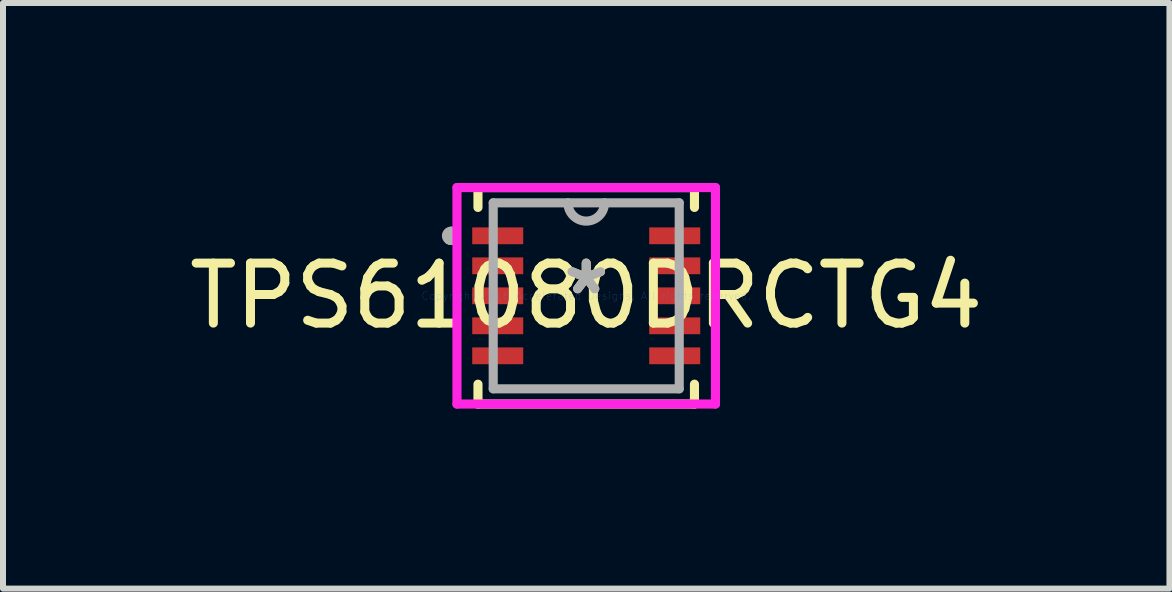
<source format=kicad_pcb>
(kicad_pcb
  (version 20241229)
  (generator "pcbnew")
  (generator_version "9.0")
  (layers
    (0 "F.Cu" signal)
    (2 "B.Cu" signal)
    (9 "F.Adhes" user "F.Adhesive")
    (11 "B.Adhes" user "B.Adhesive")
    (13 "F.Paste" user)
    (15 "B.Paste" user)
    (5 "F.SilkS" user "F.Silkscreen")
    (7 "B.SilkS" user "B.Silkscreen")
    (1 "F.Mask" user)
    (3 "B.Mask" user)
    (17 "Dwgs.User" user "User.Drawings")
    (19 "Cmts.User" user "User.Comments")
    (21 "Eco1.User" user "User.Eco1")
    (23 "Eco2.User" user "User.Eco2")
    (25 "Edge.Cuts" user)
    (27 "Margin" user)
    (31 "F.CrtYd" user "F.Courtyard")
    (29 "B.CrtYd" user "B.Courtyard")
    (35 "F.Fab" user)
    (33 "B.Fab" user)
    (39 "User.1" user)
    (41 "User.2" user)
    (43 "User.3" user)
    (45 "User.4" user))
  (footprint "TPS61080DRCTG4"
    (layer "F.Cu")
    (at 6.72 1.88)
    (property "Reference" "TPS61080DRCTG4" (at 0 0 0) (layer "F.SilkS") (effects (font (size 1 1) (thickness 0.15))))
    (attr through_hole)
    (fp_line (start -1.935 -1.175) (end -1.935 -0.825) (stroke (width 0.152) (type solid)) (layer "F.Mask"))
    (fp_line (start -1.935 -0.825) (end -1.015 -0.825) (stroke (width 0.152) (type solid)) (layer "F.Mask"))
    (fp_line (start -1.935 -0.675) (end -1.935 -0.325) (stroke (width 0.152) (type solid)) (layer "F.Mask"))
    (fp_line (start -1.935 -0.325) (end -1.015 -0.325) (stroke (width 0.152) (type solid)) (layer "F.Mask"))
    (fp_line (start -1.935 -0.175) (end -1.935 0.175) (stroke (width 0.152) (type solid)) (layer "F.Mask"))
    (fp_line (start -1.935 0.175) (end -1.015 0.175) (stroke (width 0.152) (type solid)) (layer "F.Mask"))
    (fp_line (start -1.935 0.325) (end -1.935 0.675) (stroke (width 0.152) (type solid)) (layer "F.Mask"))
    (fp_line (start -1.935 0.675) (end -1.015 0.675) (stroke (width 0.152) (type solid)) (layer "F.Mask"))
    (fp_line (start -1.935 0.825) (end -1.935 1.175) (stroke (width 0.152) (type solid)) (layer "F.Mask"))
    (fp_line (start -1.935 1.175) (end -1.015 1.175) (stroke (width 0.152) (type solid)) (layer "F.Mask"))
    (fp_line (start -1.015 -1.175) (end -1.935 -1.175) (stroke (width 0.152) (type solid)) (layer "F.Mask"))
    (fp_line (start -1.015 -0.825) (end -1.015 -1.175) (stroke (width 0.152) (type solid)) (layer "F.Mask"))
    (fp_line (start -1.015 -0.675) (end -1.935 -0.675) (stroke (width 0.152) (type solid)) (layer "F.Mask"))
    (fp_line (start -1.015 -0.325) (end -1.015 -0.675) (stroke (width 0.152) (type solid)) (layer "F.Mask"))
    (fp_line (start -1.015 -0.175) (end -1.935 -0.175) (stroke (width 0.152) (type solid)) (layer "F.Mask"))
    (fp_line (start -1.015 0.175) (end -1.015 -0.175) (stroke (width 0.152) (type solid)) (layer "F.Mask"))
    (fp_line (start -1.015 0.325) (end -1.935 0.325) (stroke (width 0.152) (type solid)) (layer "F.Mask"))
    (fp_line (start -1.015 0.675) (end -1.015 0.325) (stroke (width 0.152) (type solid)) (layer "F.Mask"))
    (fp_line (start -1.015 0.825) (end -1.935 0.825) (stroke (width 0.152) (type solid)) (layer "F.Mask"))
    (fp_line (start -1.015 1.175) (end -1.015 0.825) (stroke (width 0.152) (type solid)) (layer "F.Mask"))
    (fp_line (start 1.015 -1.175) (end 1.015 -0.825) (stroke (width 0.152) (type solid)) (layer "F.Mask"))
    (fp_line (start 1.015 -0.825) (end 1.935 -0.825) (stroke (width 0.152) (type solid)) (layer "F.Mask"))
    (fp_line (start 1.015 -0.675) (end 1.015 -0.325) (stroke (width 0.152) (type solid)) (layer "F.Mask"))
    (fp_line (start 1.015 -0.325) (end 1.935 -0.325) (stroke (width 0.152) (type solid)) (layer "F.Mask"))
    (fp_line (start 1.015 -0.175) (end 1.015 0.175) (stroke (width 0.152) (type solid)) (layer "F.Mask"))
    (fp_line (start 1.015 0.175) (end 1.935 0.175) (stroke (width 0.152) (type solid)) (layer "F.Mask"))
    (fp_line (start 1.015 0.325) (end 1.015 0.675) (stroke (width 0.152) (type solid)) (layer "F.Mask"))
    (fp_line (start 1.015 0.675) (end 1.935 0.675) (stroke (width 0.152) (type solid)) (layer "F.Mask"))
    (fp_line (start 1.015 0.825) (end 1.015 1.175) (stroke (width 0.152) (type solid)) (layer "F.Mask"))
    (fp_line (start 1.015 1.175) (end 1.935 1.175) (stroke (width 0.152) (type solid)) (layer "F.Mask"))
    (fp_line (start 1.935 -1.175) (end 1.015 -1.175) (stroke (width 0.152) (type solid)) (layer "F.Mask"))
    (fp_line (start 1.935 -0.825) (end 1.935 -1.175) (stroke (width 0.152) (type solid)) (layer "F.Mask"))
    (fp_line (start 1.935 -0.675) (end 1.015 -0.675) (stroke (width 0.152) (type solid)) (layer "F.Mask"))
    (fp_line (start 1.935 -0.325) (end 1.935 -0.675) (stroke (width 0.152) (type solid)) (layer "F.Mask"))
    (fp_line (start 1.935 -0.175) (end 1.015 -0.175) (stroke (width 0.152) (type solid)) (layer "F.Mask"))
    (fp_line (start 1.935 0.175) (end 1.935 -0.175) (stroke (width 0.152) (type solid)) (layer "F.Mask"))
    (fp_line (start 1.935 0.325) (end 1.015 0.325) (stroke (width 0.152) (type solid)) (layer "F.Mask"))
    (fp_line (start 1.935 0.675) (end 1.935 0.325) (stroke (width 0.152) (type solid)) (layer "F.Mask"))
    (fp_line (start 1.935 0.825) (end 1.015 0.825) (stroke (width 0.152) (type solid)) (layer "F.Mask"))
    (fp_line (start 1.935 1.175) (end 1.935 0.825) (stroke (width 0.152) (type solid)) (layer "F.Mask"))
    (fp_line (start -1.804 -1.804) (end -1.804 -1.473) (stroke (width 0.152) (type solid)) (layer "F.SilkS"))
    (fp_line (start -1.804 1.473) (end -1.804 1.804) (stroke (width 0.152) (type solid)) (layer "F.SilkS"))
    (fp_line (start -1.804 1.804) (end 1.804 1.804) (stroke (width 0.152) (type solid)) (layer "F.SilkS"))
    (fp_line (start 1.804 -1.804) (end -1.804 -1.804) (stroke (width 0.152) (type solid)) (layer "F.SilkS"))
    (fp_line (start 1.804 -1.473) (end 1.804 -1.804) (stroke (width 0.152) (type solid)) (layer "F.SilkS"))
    (fp_line (start 1.804 1.804) (end 1.804 1.473) (stroke (width 0.152) (type solid)) (layer "F.SilkS"))
    (fp_arc (start -2.2516 -1.0762) (mid -2.177771 -0.981141) (end -2.288144 -0.933135) (stroke (width 0.1524) (type solid)) (layer "F.SilkS"))
    (fp_line (start -1.865 -1.105) (end -1.865 -0.895) (stroke (width 0.152) (type solid)) (layer "F.Paste"))
    (fp_line (start -1.865 -0.895) (end -1.085 -0.895) (stroke (width 0.152) (type solid)) (layer "F.Paste"))
    (fp_line (start -1.865 -0.605) (end -1.865 -0.395) (stroke (width 0.152) (type solid)) (layer "F.Paste"))
    (fp_line (start -1.865 -0.395) (end -1.085 -0.395) (stroke (width 0.152) (type solid)) (layer "F.Paste"))
    (fp_line (start -1.865 -0.105) (end -1.865 0.105) (stroke (width 0.152) (type solid)) (layer "F.Paste"))
    (fp_line (start -1.865 0.105) (end -1.085 0.105) (stroke (width 0.152) (type solid)) (layer "F.Paste"))
    (fp_line (start -1.865 0.395) (end -1.865 0.605) (stroke (width 0.152) (type solid)) (layer "F.Paste"))
    (fp_line (start -1.865 0.605) (end -1.085 0.605) (stroke (width 0.152) (type solid)) (layer "F.Paste"))
    (fp_line (start -1.865 0.895) (end -1.865 1.105) (stroke (width 0.152) (type solid)) (layer "F.Paste"))
    (fp_line (start -1.865 1.105) (end -1.085 1.105) (stroke (width 0.152) (type solid)) (layer "F.Paste"))
    (fp_line (start -1.085 -1.105) (end -1.865 -1.105) (stroke (width 0.152) (type solid)) (layer "F.Paste"))
    (fp_line (start -1.085 -0.895) (end -1.085 -1.105) (stroke (width 0.152) (type solid)) (layer "F.Paste"))
    (fp_line (start -1.085 -0.605) (end -1.865 -0.605) (stroke (width 0.152) (type solid)) (layer "F.Paste"))
    (fp_line (start -1.085 -0.395) (end -1.085 -0.605) (stroke (width 0.152) (type solid)) (layer "F.Paste"))
    (fp_line (start -1.085 -0.105) (end -1.865 -0.105) (stroke (width 0.152) (type solid)) (layer "F.Paste"))
    (fp_line (start -1.085 0.105) (end -1.085 -0.105) (stroke (width 0.152) (type solid)) (layer "F.Paste"))
    (fp_line (start -1.085 0.395) (end -1.865 0.395) (stroke (width 0.152) (type solid)) (layer "F.Paste"))
    (fp_line (start -1.085 0.605) (end -1.085 0.395) (stroke (width 0.152) (type solid)) (layer "F.Paste"))
    (fp_line (start -1.085 0.895) (end -1.865 0.895) (stroke (width 0.152) (type solid)) (layer "F.Paste"))
    (fp_line (start -1.085 1.105) (end -1.085 0.895) (stroke (width 0.152) (type solid)) (layer "F.Paste"))
    (fp_line (start 1.085 -1.105) (end 1.085 -0.895) (stroke (width 0.152) (type solid)) (layer "F.Paste"))
    (fp_line (start 1.085 -0.895) (end 1.865 -0.895) (stroke (width 0.152) (type solid)) (layer "F.Paste"))
    (fp_line (start 1.085 -0.605) (end 1.085 -0.395) (stroke (width 0.152) (type solid)) (layer "F.Paste"))
    (fp_line (start 1.085 -0.395) (end 1.865 -0.395) (stroke (width 0.152) (type solid)) (layer "F.Paste"))
    (fp_line (start 1.085 -0.105) (end 1.085 0.105) (stroke (width 0.152) (type solid)) (layer "F.Paste"))
    (fp_line (start 1.085 0.105) (end 1.865 0.105) (stroke (width 0.152) (type solid)) (layer "F.Paste"))
    (fp_line (start 1.085 0.395) (end 1.085 0.605) (stroke (width 0.152) (type solid)) (layer "F.Paste"))
    (fp_line (start 1.085 0.605) (end 1.865 0.605) (stroke (width 0.152) (type solid)) (layer "F.Paste"))
    (fp_line (start 1.085 0.895) (end 1.085 1.105) (stroke (width 0.152) (type solid)) (layer "F.Paste"))
    (fp_line (start 1.085 1.105) (end 1.865 1.105) (stroke (width 0.152) (type solid)) (layer "F.Paste"))
    (fp_line (start 1.865 -1.105) (end 1.085 -1.105) (stroke (width 0.152) (type solid)) (layer "F.Paste"))
    (fp_line (start 1.865 -0.895) (end 1.865 -1.105) (stroke (width 0.152) (type solid)) (layer "F.Paste"))
    (fp_line (start 1.865 -0.605) (end 1.085 -0.605) (stroke (width 0.152) (type solid)) (layer "F.Paste"))
    (fp_line (start 1.865 -0.395) (end 1.865 -0.605) (stroke (width 0.152) (type solid)) (layer "F.Paste"))
    (fp_line (start 1.865 -0.105) (end 1.085 -0.105) (stroke (width 0.152) (type solid)) (layer "F.Paste"))
    (fp_line (start 1.865 0.105) (end 1.865 -0.105) (stroke (width 0.152) (type solid)) (layer "F.Paste"))
    (fp_line (start 1.865 0.395) (end 1.085 0.395) (stroke (width 0.152) (type solid)) (layer "F.Paste"))
    (fp_line (start 1.865 0.605) (end 1.865 0.395) (stroke (width 0.152) (type solid)) (layer "F.Paste"))
    (fp_line (start 1.865 0.895) (end 1.085 0.895) (stroke (width 0.152) (type solid)) (layer "F.Paste"))
    (fp_line (start 1.865 1.105) (end 1.865 0.895) (stroke (width 0.152) (type solid)) (layer "F.Paste"))
    (fp_line (start -2.154 -1.804) (end 2.154 -1.804) (stroke (width 0.152) (type solid)) (layer "F.CrtYd"))
    (fp_line (start -2.154 1.804) (end -2.154 -1.804) (stroke (width 0.152) (type solid)) (layer "F.CrtYd"))
    (fp_line (start 2.154 -1.804) (end 2.154 1.804) (stroke (width 0.152) (type solid)) (layer "F.CrtYd"))
    (fp_line (start 2.154 1.804) (end -2.154 1.804) (stroke (width 0.152) (type solid)) (layer "F.CrtYd"))
    (fp_line (start -1.55 -1.55) (end -1.55 1.55) (stroke (width 0.152) (type solid)) (layer "F.Fab"))
    (fp_line (start -1.55 1.55) (end 1.55 1.55) (stroke (width 0.152) (type solid)) (layer "F.Fab"))
    (fp_line (start 1.55 -1.55) (end -1.55 -1.55) (stroke (width 0.152) (type solid)) (layer "F.Fab"))
    (fp_line (start 1.55 1.55) (end 1.55 -1.55) (stroke (width 0.152) (type solid)) (layer "F.Fab"))
    (fp_arc (start 0.3048 -1.549999) (mid 0 -1.245199) (end -0.3048 -1.549999) (stroke (width 0.1524) (type solid)) (layer "F.Fab"))
    (fp_circle (center -2.252 -1) (end -2.175 -1) (stroke (width 0.152) (type solid)) (fill no) (layer "F.Fab"))
    (fp_text user "*" (at 0 0 0) (layer "F.SilkS") (effects (font (size 1 1) (thickness 0.15))))
    (fp_text user "Copyright 2016 Accelerated Designs. All rights reserved." (at 0 0 0) (layer "Cmts.User") (effects (font (size 0.127 0.127) (thickness 0.002))))
    (fp_text user "*" (at 0 0 0) (layer "F.Fab") (effects (font (size 1 1) (thickness 0.15))))
    (pad "1" smd rect (at -1.475 -1) (size 0.85 0.28) (layers "F.Cu" "F.Mask" "F.Paste"))
    (pad "2" smd rect (at -1.475 -0.5) (size 0.85 0.28) (layers "F.Cu" "F.Mask" "F.Paste"))
    (pad "3" smd rect (at -1.475 0) (size 0.85 0.28) (layers "F.Cu" "F.Mask" "F.Paste"))
    (pad "4" smd rect (at -1.475 0.5) (size 0.85 0.28) (layers "F.Cu" "F.Mask" "F.Paste"))
    (pad "5" smd rect (at -1.475 1) (size 0.85 0.28) (layers "F.Cu" "F.Mask" "F.Paste"))
    (pad "6" smd rect (at 1.475 1) (size 0.85 0.28) (layers "F.Cu" "F.Mask" "F.Paste"))
    (pad "7" smd rect (at 1.475 0.5) (size 0.85 0.28) (layers "F.Cu" "F.Mask" "F.Paste"))
    (pad "8" smd rect (at 1.475 0) (size 0.85 0.28) (layers "F.Cu" "F.Mask" "F.Paste"))
    (pad "9" smd rect (at 1.475 -0.5) (size 0.85 0.28) (layers "F.Cu" "F.Mask" "F.Paste"))
    (pad "10" smd rect (at 1.475 -1) (size 0.85 0.28) (layers "F.Cu" "F.Mask" "F.Paste")))
  (gr_rect
    (start -3 -3)
    (end 16.44 6.76)
    (stroke (width 0.1) (type default))
    (fill no)
    (layer "Edge.Cuts")))
</source>
